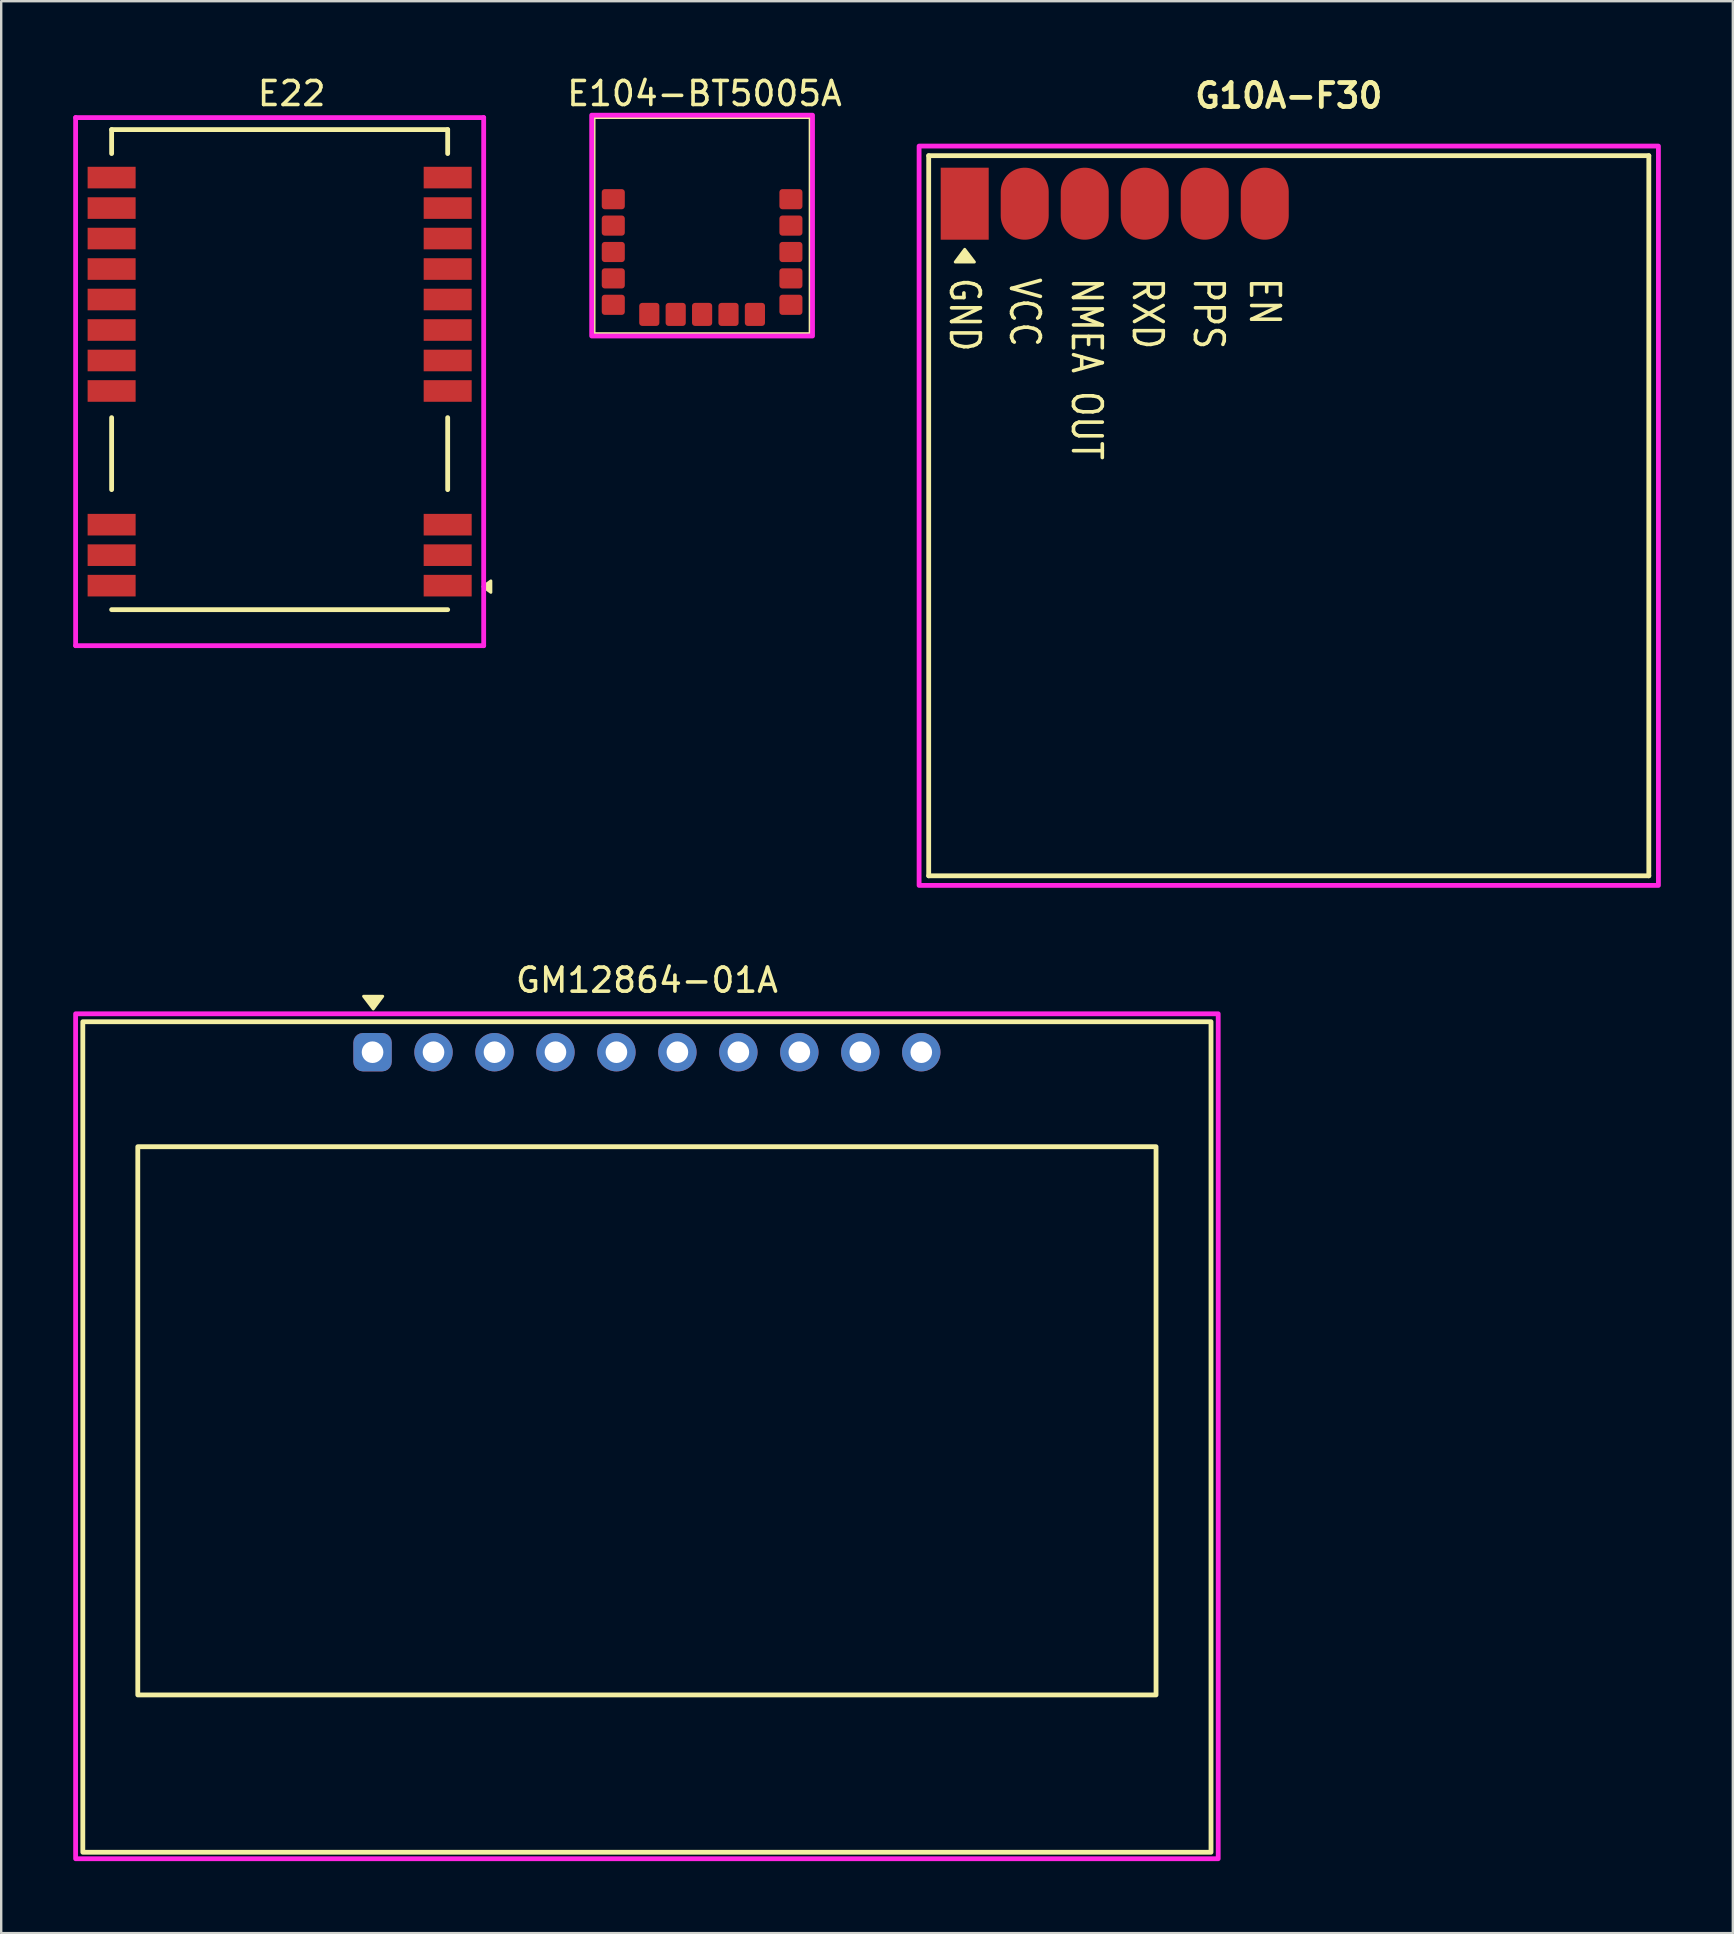
<source format=kicad_pcb>
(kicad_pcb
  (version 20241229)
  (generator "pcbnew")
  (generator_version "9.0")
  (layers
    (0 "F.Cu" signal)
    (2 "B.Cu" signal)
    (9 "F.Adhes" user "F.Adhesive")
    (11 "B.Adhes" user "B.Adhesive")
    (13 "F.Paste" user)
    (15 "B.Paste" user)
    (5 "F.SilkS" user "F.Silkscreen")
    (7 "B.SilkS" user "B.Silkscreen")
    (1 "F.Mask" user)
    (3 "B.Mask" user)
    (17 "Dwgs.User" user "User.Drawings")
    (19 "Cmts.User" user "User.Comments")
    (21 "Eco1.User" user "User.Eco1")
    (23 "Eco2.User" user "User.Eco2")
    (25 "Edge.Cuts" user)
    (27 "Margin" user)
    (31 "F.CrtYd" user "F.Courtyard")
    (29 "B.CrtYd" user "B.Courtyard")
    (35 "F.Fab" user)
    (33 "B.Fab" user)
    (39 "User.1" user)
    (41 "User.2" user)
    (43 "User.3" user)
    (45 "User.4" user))
  (footprint "GM12864-01A"
    (layer "F.Cu")
    (at 23.9 40.784)
    (property "Reference" "GM12864-01A" (at 0 -3 0) (unlocked yes) (layer "F.SilkS") (effects (font (size 1 1) (thickness 0.15))))
    (attr through_hole)
    (fp_rect (start -23.5 -1.27) (end 23.5 33.33) (stroke (width 0.2) (type solid)) (fill no) (layer "F.SilkS"))
    (fp_rect (start -21.21 3.937) (end 21.21 26.777) (stroke (width 0.2) (type solid)) (fill no) (layer "F.SilkS"))
    (fp_poly (pts (xy -11.4 -1.8) (xy -11.805 -2.33) (xy -11.005 -2.33)) (stroke (width 0.12) (type solid)) (fill yes) (layer "F.SilkS"))
    (fp_rect (start -23.8 -1.6) (end 23.8 33.6) (stroke (width 0.2) (type default)) (fill no) (layer "F.CrtYd"))
    (pad "1" thru_hole roundrect (at -11.43 0) (size 1.6 1.6) (drill 0.9) (layers "*.Cu" "*.Mask") (roundrect_rratio 0.25))
    (pad "2" thru_hole circle (at -8.89 0) (size 1.6 1.6) (drill 0.9) (layers "*.Cu" "*.Mask"))
    (pad "3" thru_hole circle (at -6.35 0) (size 1.6 1.6) (drill 0.9) (layers "*.Cu" "*.Mask"))
    (pad "4" thru_hole circle (at -3.81 0) (size 1.6 1.6) (drill 0.9) (layers "*.Cu" "*.Mask"))
    (pad "5" thru_hole circle (at -1.27 0) (size 1.6 1.6) (drill 0.9) (layers "*.Cu" "*.Mask"))
    (pad "6" thru_hole circle (at 1.27 0) (size 1.6 1.6) (drill 0.9) (layers "*.Cu" "*.Mask"))
    (pad "7" thru_hole circle (at 3.81 0) (size 1.6 1.6) (drill 0.9) (layers "*.Cu" "*.Mask"))
    (pad "8" thru_hole circle (at 6.35 0) (size 1.6 1.6) (drill 0.9) (layers "*.Cu" "*.Mask"))
    (pad "9" thru_hole circle (at 8.89 0) (size 1.6 1.6) (drill 0.9) (layers "*.Cu" "*.Mask"))
    (pad "10" thru_hole circle (at 11.43 0) (size 1.6 1.6) (drill 0.9) (layers "*.Cu" "*.Mask")))
  (footprint "E104-BT5005A"
    (layer "F.Cu")
    (at 26.199 6.348)
    (property "Reference" "E104-BT5005A" (at 0.1 -5.5 0) (unlocked yes) (layer "F.SilkS") (effects (font (size 1 1) (thickness 0.15))))
    (attr smd)
    (fp_rect (start -4.5 -4.5) (end 4.5 4.5) (stroke (width 0.12) (type solid)) (fill no) (layer "F.SilkS"))
    (fp_rect (start -4.6 -4.6) (end 4.6 4.6) (stroke (width 0.2) (type solid)) (fill no) (layer "F.CrtYd"))
    (pad "1" smd roundrect (at -3.7 -1.1 90) (size 0.84 0.96) (layers "F.Cu" "F.Mask" "F.Paste") (roundrect_rratio 0.15))
    (pad "2" smd roundrect (at -3.7 0 90) (size 0.84 0.96) (layers "F.Cu" "F.Mask" "F.Paste") (roundrect_rratio 0.15))
    (pad "3" smd roundrect (at -3.7 1.1 90) (size 0.84 0.96) (layers "F.Cu" "F.Mask" "F.Paste") (roundrect_rratio 0.15))
    (pad "4" smd roundrect (at -3.7 2.2 90) (size 0.84 0.96) (layers "F.Cu" "F.Mask" "F.Paste") (roundrect_rratio 0.15))
    (pad "5" smd roundrect (at -3.7 3.3 90) (size 0.84 0.96) (layers "F.Cu" "F.Mask" "F.Paste") (roundrect_rratio 0.15))
    (pad "6" smd roundrect (at -2.2 3.7) (size 0.84 0.96) (layers "F.Cu" "F.Mask" "F.Paste") (roundrect_rratio 0.15))
    (pad "7" smd roundrect (at -1.1 3.7) (size 0.84 0.96) (layers "F.Cu" "F.Mask" "F.Paste") (roundrect_rratio 0.15))
    (pad "8" smd roundrect (at 0 3.7) (size 0.84 0.96) (layers "F.Cu" "F.Mask" "F.Paste") (roundrect_rratio 0.15))
    (pad "9" smd roundrect (at 1.1 3.7) (size 0.84 0.96) (layers "F.Cu" "F.Mask" "F.Paste") (roundrect_rratio 0.15))
    (pad "10" smd roundrect (at 2.2 3.7) (size 0.84 0.96) (layers "F.Cu" "F.Mask" "F.Paste") (roundrect_rratio 0.15))
    (pad "11" smd roundrect (at 3.7 3.3 90) (size 0.84 0.96) (layers "F.Cu" "F.Mask" "F.Paste") (roundrect_rratio 0.15))
    (pad "12" smd roundrect (at 3.7 2.2 90) (size 0.84 0.96) (layers "F.Cu" "F.Mask" "F.Paste") (roundrect_rratio 0.15))
    (pad "13" smd roundrect (at 3.7 1.1 90) (size 0.84 0.96) (layers "F.Cu" "F.Mask" "F.Paste") (roundrect_rratio 0.15))
    (pad "14" smd roundrect (at 3.7 0 90) (size 0.84 0.96) (layers "F.Cu" "F.Mask" "F.Paste") (roundrect_rratio 0.15))
    (pad "15" smd roundrect (at 3.7 -1.1 90) (size 0.84 0.96) (layers "F.Cu" "F.Mask" "F.Paste") (roundrect_rratio 0.15)))
  (footprint "E22"
    (layer "F.Cu")
    (at 8.6 12.348)
    (property "Reference" "E22" (at 0.5 -11.5 0) (unlocked yes) (layer "F.SilkS") (effects (font (size 1 1) (thickness 0.15))))
    (attr smd)
    (fp_line (start -7 -10) (end 7 -10) (stroke (width 0.2) (type solid)) (layer "F.SilkS"))
    (fp_line (start -7 -9) (end -7 -10) (stroke (width 0.2) (type solid)) (layer "F.SilkS"))
    (fp_line (start -7 2) (end -7 5) (stroke (width 0.2) (type solid)) (layer "F.SilkS"))
    (fp_line (start -7 10) (end 7 10) (stroke (width 0.2) (type solid)) (layer "F.SilkS"))
    (fp_line (start 7 -10) (end 7 -9) (stroke (width 0.2) (type solid)) (layer "F.SilkS"))
    (fp_line (start 7 2) (end 7 5) (stroke (width 0.2) (type solid)) (layer "F.SilkS"))
    (fp_poly (pts (xy 8.47 9.04) (xy 8.8 8.8) (xy 8.8 9.28)) (stroke (width 0.12) (type solid)) (fill yes) (layer "F.SilkS"))
    (fp_line (start -8.5 -10.5) (end 8.5 -10.5) (stroke (width 0.2) (type solid)) (layer "F.CrtYd"))
    (fp_line (start -8.5 11.5) (end -8.5 -10.5) (stroke (width 0.2) (type solid)) (layer "F.CrtYd"))
    (fp_line (start 8.5 -10.5) (end 8.5 11.5) (stroke (width 0.2) (type solid)) (layer "F.CrtYd"))
    (fp_line (start 8.5 11.5) (end -8.5 11.5) (stroke (width 0.2) (type solid)) (layer "F.CrtYd"))
    (pad "1" smd rect (at 7 9) (size 2 0.9) (layers "F.Cu" "F.Mask" "F.Paste"))
    (pad "2" smd rect (at 7 7.73) (size 2 0.9) (layers "F.Cu" "F.Mask" "F.Paste"))
    (pad "3" smd rect (at 7 6.46) (size 2 0.9) (layers "F.Cu" "F.Mask" "F.Paste"))
    (pad "4" smd rect (at 7 0.89) (size 2 0.9) (layers "F.Cu" "F.Mask" "F.Paste"))
    (pad "5" smd rect (at 7 -0.38) (size 2 0.9) (layers "F.Cu" "F.Mask" "F.Paste"))
    (pad "6" smd rect (at 7 -1.65) (size 2 0.9) (layers "F.Cu" "F.Mask" "F.Paste"))
    (pad "7" smd rect (at 7 -2.92) (size 2 0.9) (layers "F.Cu" "F.Mask" "F.Paste"))
    (pad "8" smd rect (at 7 -4.19) (size 2 0.9) (layers "F.Cu" "F.Mask" "F.Paste"))
    (pad "9" smd rect (at 7 -5.46) (size 2 0.9) (layers "F.Cu" "F.Mask" "F.Paste"))
    (pad "10" smd rect (at 7 -6.73) (size 2 0.9) (layers "F.Cu" "F.Mask" "F.Paste"))
    (pad "11" smd rect (at 7 -8) (size 2 0.9) (layers "F.Cu" "F.Mask" "F.Paste"))
    (pad "12" smd rect (at -7 -8) (size 2 0.9) (layers "F.Cu" "F.Mask" "F.Paste"))
    (pad "13" smd rect (at -7 -6.73) (size 2 0.9) (layers "F.Cu" "F.Mask" "F.Paste"))
    (pad "14" smd rect (at -7 -5.46) (size 2 0.9) (layers "F.Cu" "F.Mask" "F.Paste"))
    (pad "15" smd rect (at -7 -4.19) (size 2 0.9) (layers "F.Cu" "F.Mask" "F.Paste"))
    (pad "16" smd rect (at -7 -2.92) (size 2 0.9) (layers "F.Cu" "F.Mask" "F.Paste"))
    (pad "17" smd rect (at -7 -1.65) (size 2 0.9) (layers "F.Cu" "F.Mask" "F.Paste"))
    (pad "18" smd rect (at -7 -0.38) (size 2 0.9) (layers "F.Cu" "F.Mask" "F.Paste"))
    (pad "19" smd rect (at -7 0.89) (size 2 0.9) (layers "F.Cu" "F.Mask" "F.Paste"))
    (pad "20" smd rect (at -7 6.46) (size 2 0.9) (layers "F.Cu" "F.Mask" "F.Paste"))
    (pad "21" smd rect (at -7 7.73) (size 2 0.9) (layers "F.Cu" "F.Mask" "F.Paste"))
    (pad "22" smd rect (at -7 9) (size 2 0.9) (layers "F.Cu" "F.Mask" "F.Paste")))
  (footprint "G10A-F30"
    (layer "F.Cu")
    (at 50.639 18.436)
    (property "Reference" "G10A-F30" (at 0 -17.5 0) (layer "F.SilkS") (effects (font (size 1 1) (thickness 0.2))))
    (attr smd)
    (fp_line (start -15 -15) (end 15 -15) (stroke (width 0.2) (type solid)) (layer "F.SilkS"))
    (fp_line (start -15 15) (end -15 -15) (stroke (width 0.2) (type solid)) (layer "F.SilkS"))
    (fp_line (start 15 -15) (end 15 15) (stroke (width 0.2) (type solid)) (layer "F.SilkS"))
    (fp_line (start 15 15) (end -15 15) (stroke (width 0.2) (type solid)) (layer "F.SilkS"))
    (fp_poly (pts (xy -13.5 -11.1) (xy -13.095 -10.57) (xy -13.895 -10.57)) (stroke (width 0.12) (type solid)) (fill yes) (layer "F.SilkS"))
    (fp_rect (start -15.4 -15.4) (end 15.4 15.4) (stroke (width 0.2) (type default)) (fill no) (layer "F.CrtYd"))
    (fp_text user "GND" (at -13.5 -10 270) (unlocked yes) (layer "F.SilkS") (effects (font (size 1.2 1) (thickness 0.15)) (justify left)))
    (fp_text user "VCC" (at -11 -10 270) (unlocked yes) (layer "F.SilkS") (effects (font (size 1.2 1) (thickness 0.15)) (justify left)))
    (fp_text user "PPS" (at -3.34 -10 270) (unlocked yes) (layer "F.SilkS") (effects (font (size 1.2 1) (thickness 0.15)) (justify left)))
    (fp_text user "RXD" (at -5.88 -10 270) (unlocked yes) (layer "F.SilkS") (effects (font (size 1.2 1) (thickness 0.15)) (justify left)))
    (fp_text user "EN" (at -1 -10 270) (unlocked yes) (layer "F.SilkS") (effects (font (size 1.2 1) (thickness 0.15)) (justify left)))
    (fp_text user "NMEA OUT" (at -8.42 -10 270) (unlocked yes) (layer "F.SilkS") (effects (font (size 1.2 1) (thickness 0.15)) (justify left)))
    (pad "1" smd rect (at -13.5 -13) (size 2 3) (layers "F.Cu" "F.Mask" "F.Paste"))
    (pad "2" smd oval (at -11 -13) (size 2 3) (layers "F.Cu" "F.Mask" "F.Paste"))
    (pad "3" smd oval (at -8.5 -13) (size 2 3) (layers "F.Cu" "F.Mask" "F.Paste"))
    (pad "4" smd oval (at -6 -13) (size 2 3) (layers "F.Cu" "F.Mask" "F.Paste"))
    (pad "5" smd oval (at -3.5 -13) (size 2 3) (layers "F.Cu" "F.Mask" "F.Paste"))
    (pad "6" smd oval (at -1 -13) (size 2 3) (layers "F.Cu" "F.Mask" "F.Paste")))
  (gr_rect
    (start -3 -3)
    (end 69.139 77.484)
    (stroke (width 0.1) (type default))
    (fill no)
    (layer "Edge.Cuts")))
</source>
